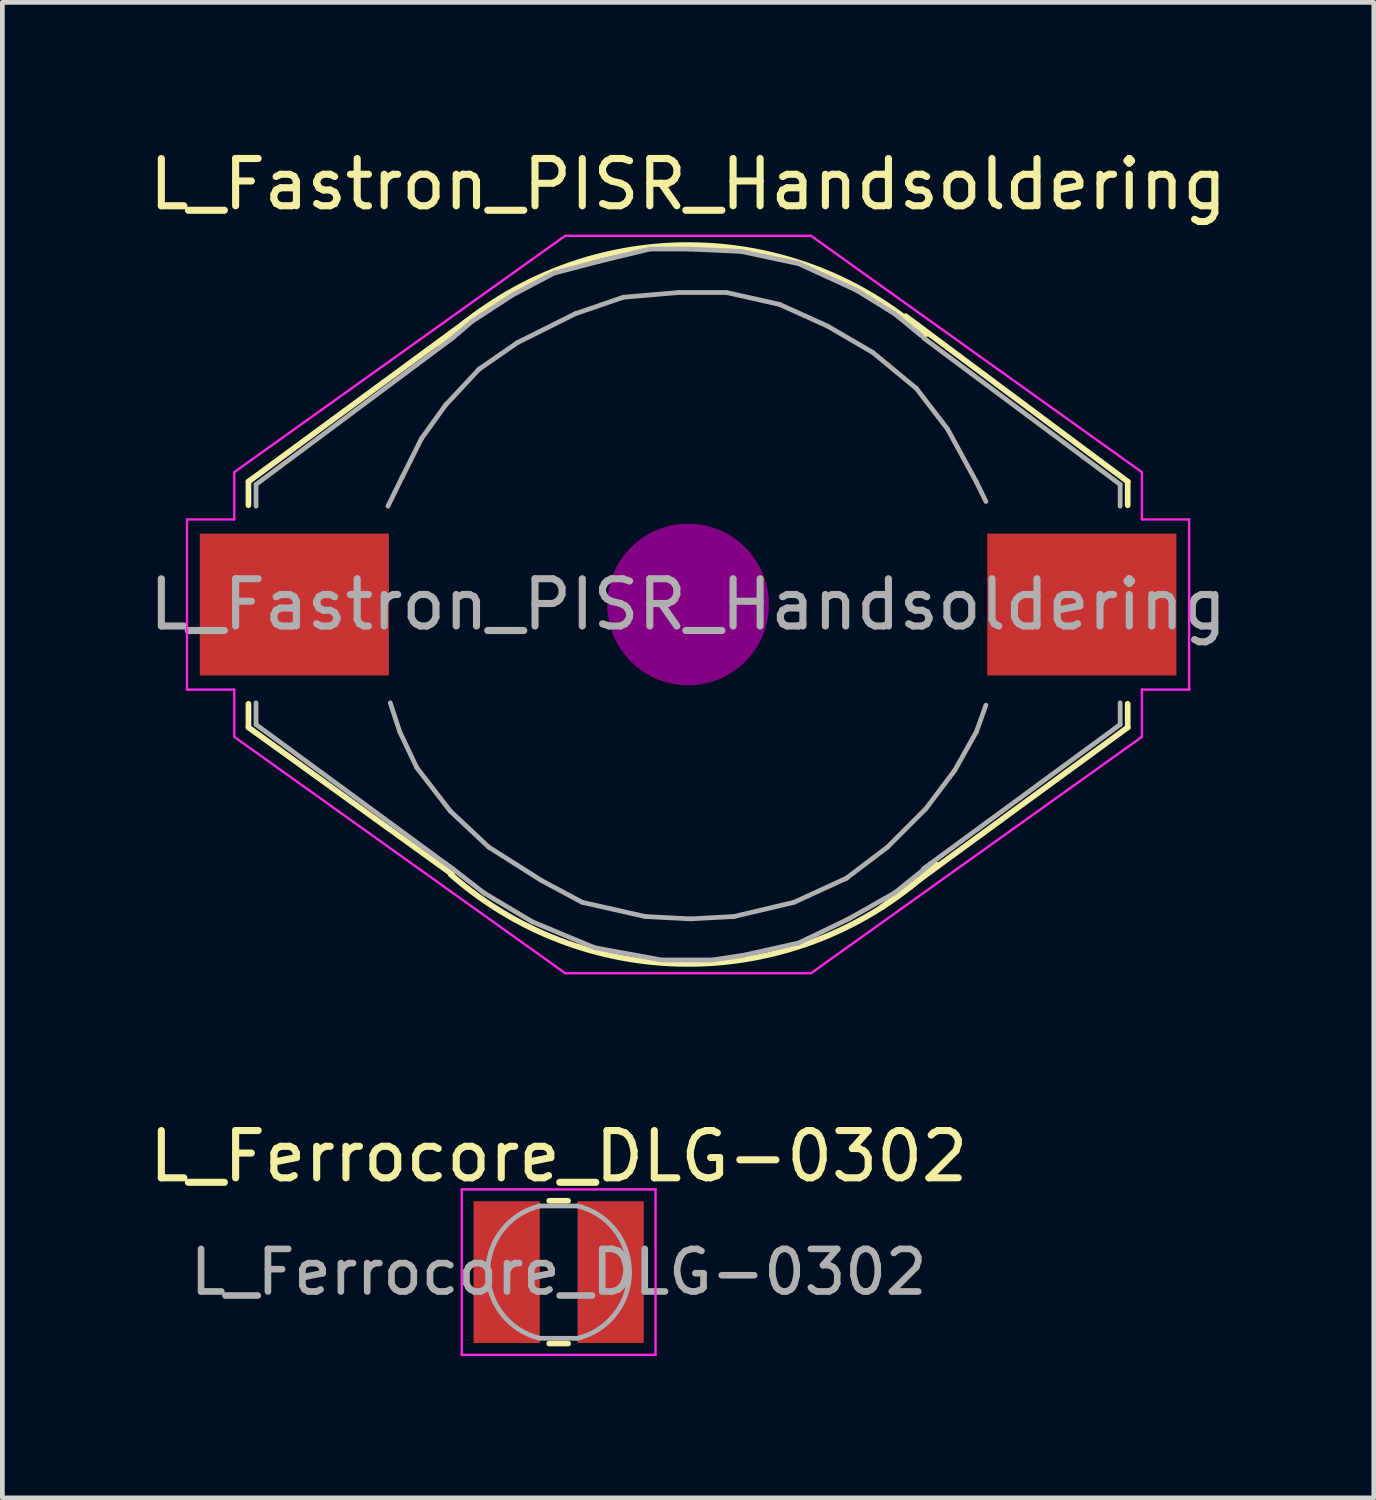
<source format=kicad_pcb>
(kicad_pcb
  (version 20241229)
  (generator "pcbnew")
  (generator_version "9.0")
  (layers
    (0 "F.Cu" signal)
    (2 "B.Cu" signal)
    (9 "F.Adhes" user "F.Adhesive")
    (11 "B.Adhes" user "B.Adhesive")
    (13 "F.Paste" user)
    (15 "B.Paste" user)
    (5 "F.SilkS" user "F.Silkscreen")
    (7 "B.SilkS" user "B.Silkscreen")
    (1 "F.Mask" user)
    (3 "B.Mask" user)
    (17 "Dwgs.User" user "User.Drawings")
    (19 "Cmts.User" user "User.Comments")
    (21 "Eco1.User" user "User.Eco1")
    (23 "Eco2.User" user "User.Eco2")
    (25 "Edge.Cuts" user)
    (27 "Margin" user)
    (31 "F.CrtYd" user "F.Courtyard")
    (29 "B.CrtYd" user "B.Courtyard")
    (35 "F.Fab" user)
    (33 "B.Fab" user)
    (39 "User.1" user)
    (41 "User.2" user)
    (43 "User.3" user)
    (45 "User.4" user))
  (footprint "L_Ferrocore_DLG-0302"
    (layer "F.Cu")
    (at 8.768 23.861)
    (property "Reference" "L_Ferrocore_DLG-0302" (at 0 -2.45 0) (layer "F.SilkS") (effects (font (size 1 1) (thickness 0.15))))
    (attr smd)
    (fp_line (start -0.2 -1.51) (end 0.2 -1.51) (stroke (width 0.12) (type solid)) (layer "F.SilkS"))
    (fp_line (start -0.2 1.51) (end 0.2 1.51) (stroke (width 0.12) (type solid)) (layer "F.SilkS"))
    (fp_line (start -2.05 -1.75) (end -2.05 1.75) (stroke (width 0.05) (type solid)) (layer "F.CrtYd"))
    (fp_line (start -2.05 1.75) (end 2.05 1.75) (stroke (width 0.05) (type solid)) (layer "F.CrtYd"))
    (fp_line (start 2.05 -1.75) (end -2.05 -1.75) (stroke (width 0.05) (type solid)) (layer "F.CrtYd"))
    (fp_line (start 2.05 1.75) (end 2.05 -1.75) (stroke (width 0.05) (type solid)) (layer "F.CrtYd"))
    (fp_line (start -0.4 -1.4) (end 0.4 -1.4) (stroke (width 0.1) (type solid)) (layer "F.Fab"))
    (fp_line (start -0.4 1.4) (end 0.4 1.4) (stroke (width 0.1) (type solid)) (layer "F.Fab"))
    (fp_arc (start -0.4 1.4) (mid -1.5 0) (end -0.4 -1.4) (stroke (width 0.1) (type solid)) (layer "F.Fab"))
    (fp_arc (start 0.4 -1.4) (mid 1.5 0) (end 0.4 1.4) (stroke (width 0.1) (type solid)) (layer "F.Fab"))
    (fp_text user "${REFERENCE}" (at 0 0 0) (layer "F.Fab") (effects (font (size 0.9 0.9) (thickness 0.14))))
    (pad "1" smd rect (at -1.1 0) (size 1.4 3) (layers "F.Cu" "F.Mask" "F.Paste"))
    (pad "2" smd rect (at 1.1 0) (size 1.4 3) (layers "F.Cu" "F.Mask" "F.Paste")))
  (footprint "L_Fastron_PISR_Handsoldering"
    (layer "F.Cu")
    (at 11.506 9.738)
    (property "Reference" "L_Fastron_PISR_Handsoldering" (at 0 -8.89 0) (layer "F.SilkS") (effects (font (size 1 1) (thickness 0.15))))
    (attr smd)
    (fp_line (start -9.3 -2.6) (end -9.3 -2.1) (stroke (width 0.12) (type solid)) (layer "F.SilkS"))
    (fp_line (start -9.3 -2.6) (end -4.4 -6.2) (stroke (width 0.12) (type solid)) (layer "F.SilkS"))
    (fp_line (start -9.3 2.6) (end -9.3 2.1) (stroke (width 0.12) (type solid)) (layer "F.SilkS"))
    (fp_line (start -5 5.7) (end -9.3 2.6) (stroke (width 0.12) (type solid)) (layer "F.SilkS"))
    (fp_line (start 4.1 6.4) (end 9.3 2.6) (stroke (width 0.12) (type solid)) (layer "F.SilkS"))
    (fp_line (start 4.6 -6.1) (end 9.3 -2.6) (stroke (width 0.12) (type solid)) (layer "F.SilkS"))
    (fp_line (start 9.3 -2.6) (end 9.3 -2.1) (stroke (width 0.12) (type solid)) (layer "F.SilkS"))
    (fp_line (start 9.3 2.6) (end 9.3 2.1) (stroke (width 0.12) (type solid)) (layer "F.SilkS"))
    (fp_arc (start -5.25 -5.5) (mid -0.15496 -7.601874) (end 5.021503 -5.709379) (stroke (width 0.12) (type solid)) (layer "F.SilkS"))
    (fp_arc (start 5.25 5.5) (mid 0.15496 7.601874) (end -5.021503 5.709379) (stroke (width 0.12) (type solid)) (layer "F.SilkS"))
    (fp_line (start 0 -0.25) (end 0 0.25) (stroke (width 0.38) (type solid)) (layer "F.Adhes"))
    (fp_circle (center 0 0) (end 0 0.25) (stroke (width 0.38) (type solid)) (fill no) (layer "F.Adhes"))
    (fp_circle (center 0 0) (end 0 0.51) (stroke (width 0.38) (type solid)) (fill no) (layer "F.Adhes"))
    (fp_circle (center 0 0) (end 0 0.76) (stroke (width 0.38) (type solid)) (fill no) (layer "F.Adhes"))
    (fp_circle (center 0 0) (end 0 1.02) (stroke (width 0.38) (type solid)) (fill no) (layer "F.Adhes"))
    (fp_circle (center 0 0) (end 0 1.27) (stroke (width 0.38) (type solid)) (fill no) (layer "F.Adhes"))
    (fp_circle (center 0 0) (end 0 1.52) (stroke (width 0.38) (type solid)) (fill no) (layer "F.Adhes"))
    (fp_line (start -10.6 -1.8) (end -9.6 -1.8) (stroke (width 0.05) (type solid)) (layer "F.CrtYd"))
    (fp_line (start -10.6 1.8) (end -10.6 -1.8) (stroke (width 0.05) (type solid)) (layer "F.CrtYd"))
    (fp_line (start -9.6 -2.8) (end -2.6 -7.8) (stroke (width 0.05) (type solid)) (layer "F.CrtYd"))
    (fp_line (start -9.6 -1.8) (end -9.6 -2.8) (stroke (width 0.05) (type solid)) (layer "F.CrtYd"))
    (fp_line (start -9.6 1.8) (end -10.6 1.8) (stroke (width 0.05) (type solid)) (layer "F.CrtYd"))
    (fp_line (start -9.6 2.8) (end -9.6 1.8) (stroke (width 0.05) (type solid)) (layer "F.CrtYd"))
    (fp_line (start -2.6 -7.8) (end 2.6 -7.8) (stroke (width 0.05) (type solid)) (layer "F.CrtYd"))
    (fp_line (start -2.6 7.8) (end -9.6 2.8) (stroke (width 0.05) (type solid)) (layer "F.CrtYd"))
    (fp_line (start 2.6 -7.8) (end 9.6 -2.8) (stroke (width 0.05) (type solid)) (layer "F.CrtYd"))
    (fp_line (start 2.6 7.8) (end -2.6 7.8) (stroke (width 0.05) (type solid)) (layer "F.CrtYd"))
    (fp_line (start 9.6 -2.8) (end 9.6 -1.8) (stroke (width 0.05) (type solid)) (layer "F.CrtYd"))
    (fp_line (start 9.6 -1.8) (end 10.6 -1.8) (stroke (width 0.05) (type solid)) (layer "F.CrtYd"))
    (fp_line (start 9.6 1.8) (end 9.6 2.8) (stroke (width 0.05) (type solid)) (layer "F.CrtYd"))
    (fp_line (start 9.6 2.8) (end 2.6 7.8) (stroke (width 0.05) (type solid)) (layer "F.CrtYd"))
    (fp_line (start 10.6 -1.8) (end 10.6 1.8) (stroke (width 0.05) (type solid)) (layer "F.CrtYd"))
    (fp_line (start 10.6 1.8) (end 9.6 1.8) (stroke (width 0.05) (type solid)) (layer "F.CrtYd"))
    (fp_line (start -9.14 -2.54) (end -4.98 -5.64) (stroke (width 0.1) (type solid)) (layer "F.Fab"))
    (fp_line (start -9.14 -2.08) (end -9.14 -2.54) (stroke (width 0.1) (type solid)) (layer "F.Fab"))
    (fp_line (start -9.14 2.08) (end -9.14 2.54) (stroke (width 0.1) (type solid)) (layer "F.Fab"))
    (fp_line (start -9.14 2.54) (end -4.98 5.59) (stroke (width 0.1) (type solid)) (layer "F.Fab"))
    (fp_line (start -6.35 -2.08) (end -6.05 -2.69) (stroke (width 0.1) (type solid)) (layer "F.Fab"))
    (fp_line (start -6.3 2.08) (end -6.1 2.69) (stroke (width 0.1) (type solid)) (layer "F.Fab"))
    (fp_line (start -6.1 2.69) (end -5.74 3.45) (stroke (width 0.1) (type solid)) (layer "F.Fab"))
    (fp_line (start -6.05 -2.69) (end -5.64 -3.51) (stroke (width 0.1) (type solid)) (layer "F.Fab"))
    (fp_line (start -5.74 3.45) (end -5.03 4.37) (stroke (width 0.1) (type solid)) (layer "F.Fab"))
    (fp_line (start -5.64 -3.51) (end -5.13 -4.22) (stroke (width 0.1) (type solid)) (layer "F.Fab"))
    (fp_line (start -5.13 -4.22) (end -4.42 -4.98) (stroke (width 0.1) (type solid)) (layer "F.Fab"))
    (fp_line (start -5.03 4.37) (end -4.22 5.13) (stroke (width 0.1) (type solid)) (layer "F.Fab"))
    (fp_line (start -4.98 -5.64) (end -4.57 -5.99) (stroke (width 0.1) (type solid)) (layer "F.Fab"))
    (fp_line (start -4.98 5.59) (end -4.32 6.1) (stroke (width 0.1) (type solid)) (layer "F.Fab"))
    (fp_line (start -4.57 -5.99) (end -3.71 -6.55) (stroke (width 0.1) (type solid)) (layer "F.Fab"))
    (fp_line (start -4.42 -4.98) (end -3.61 -5.54) (stroke (width 0.1) (type solid)) (layer "F.Fab"))
    (fp_line (start -4.32 6.1) (end -3.3 6.71) (stroke (width 0.1) (type solid)) (layer "F.Fab"))
    (fp_line (start -4.22 5.13) (end -3.1 5.84) (stroke (width 0.1) (type solid)) (layer "F.Fab"))
    (fp_line (start -3.71 -6.55) (end -2.84 -7.01) (stroke (width 0.1) (type solid)) (layer "F.Fab"))
    (fp_line (start -3.61 -5.54) (end -2.39 -6.15) (stroke (width 0.1) (type solid)) (layer "F.Fab"))
    (fp_line (start -3.3 6.71) (end -1.98 7.26) (stroke (width 0.1) (type solid)) (layer "F.Fab"))
    (fp_line (start -3.1 5.84) (end -2.24 6.3) (stroke (width 0.1) (type solid)) (layer "F.Fab"))
    (fp_line (start -2.84 -7.01) (end -1.88 -7.26) (stroke (width 0.1) (type solid)) (layer "F.Fab"))
    (fp_line (start -2.39 -6.15) (end -1.37 -6.5) (stroke (width 0.1) (type solid)) (layer "F.Fab"))
    (fp_line (start -2.24 6.3) (end -0.91 6.6) (stroke (width 0.1) (type solid)) (layer "F.Fab"))
    (fp_line (start -1.98 7.26) (end -0.56 7.52) (stroke (width 0.1) (type solid)) (layer "F.Fab"))
    (fp_line (start -1.88 -7.26) (end -0.81 -7.52) (stroke (width 0.1) (type solid)) (layer "F.Fab"))
    (fp_line (start -1.37 -6.5) (end -0.2 -6.6) (stroke (width 0.1) (type solid)) (layer "F.Fab"))
    (fp_line (start -0.91 6.6) (end 0.05 6.65) (stroke (width 0.1) (type solid)) (layer "F.Fab"))
    (fp_line (start -0.81 -7.52) (end 0 -7.52) (stroke (width 0.1) (type solid)) (layer "F.Fab"))
    (fp_line (start -0.56 7.52) (end 0.51 7.52) (stroke (width 0.1) (type solid)) (layer "F.Fab"))
    (fp_line (start -0.2 -6.6) (end 0.81 -6.6) (stroke (width 0.1) (type solid)) (layer "F.Fab"))
    (fp_line (start 0 -7.52) (end 1.12 -7.47) (stroke (width 0.1) (type solid)) (layer "F.Fab"))
    (fp_line (start 0.05 6.65) (end 0.97 6.6) (stroke (width 0.1) (type solid)) (layer "F.Fab"))
    (fp_line (start 0.51 7.52) (end 1.17 7.42) (stroke (width 0.1) (type solid)) (layer "F.Fab"))
    (fp_line (start 0.81 -6.6) (end 1.93 -6.35) (stroke (width 0.1) (type solid)) (layer "F.Fab"))
    (fp_line (start 0.97 6.6) (end 2.24 6.3) (stroke (width 0.1) (type solid)) (layer "F.Fab"))
    (fp_line (start 1.12 -7.47) (end 2.34 -7.21) (stroke (width 0.1) (type solid)) (layer "F.Fab"))
    (fp_line (start 1.17 7.42) (end 2.34 7.16) (stroke (width 0.1) (type solid)) (layer "F.Fab"))
    (fp_line (start 1.93 -6.35) (end 2.95 -5.89) (stroke (width 0.1) (type solid)) (layer "F.Fab"))
    (fp_line (start 2.24 6.3) (end 3.35 5.79) (stroke (width 0.1) (type solid)) (layer "F.Fab"))
    (fp_line (start 2.34 -7.21) (end 3.56 -6.65) (stroke (width 0.1) (type solid)) (layer "F.Fab"))
    (fp_line (start 2.34 7.16) (end 3.4 6.65) (stroke (width 0.1) (type solid)) (layer "F.Fab"))
    (fp_line (start 2.95 -5.89) (end 3.91 -5.33) (stroke (width 0.1) (type solid)) (layer "F.Fab"))
    (fp_line (start 3.35 5.79) (end 4.22 5.13) (stroke (width 0.1) (type solid)) (layer "F.Fab"))
    (fp_line (start 3.4 6.65) (end 4.37 6.1) (stroke (width 0.1) (type solid)) (layer "F.Fab"))
    (fp_line (start 3.56 -6.65) (end 4.37 -6.15) (stroke (width 0.1) (type solid)) (layer "F.Fab"))
    (fp_line (start 3.91 -5.33) (end 4.83 -4.57) (stroke (width 0.1) (type solid)) (layer "F.Fab"))
    (fp_line (start 4.22 5.13) (end 5.03 4.32) (stroke (width 0.1) (type solid)) (layer "F.Fab"))
    (fp_line (start 4.37 -6.15) (end 4.93 -5.69) (stroke (width 0.1) (type solid)) (layer "F.Fab"))
    (fp_line (start 4.37 6.1) (end 5.13 5.49) (stroke (width 0.1) (type solid)) (layer "F.Fab"))
    (fp_line (start 4.83 -4.57) (end 5.49 -3.71) (stroke (width 0.1) (type solid)) (layer "F.Fab"))
    (fp_line (start 5.03 4.32) (end 5.64 3.51) (stroke (width 0.1) (type solid)) (layer "F.Fab"))
    (fp_line (start 5.49 -3.71) (end 6.1 -2.59) (stroke (width 0.1) (type solid)) (layer "F.Fab"))
    (fp_line (start 5.64 3.51) (end 6.1 2.69) (stroke (width 0.1) (type solid)) (layer "F.Fab"))
    (fp_line (start 6.1 -2.59) (end 6.3 -2.18) (stroke (width 0.1) (type solid)) (layer "F.Fab"))
    (fp_line (start 6.1 2.69) (end 6.3 2.13) (stroke (width 0.1) (type solid)) (layer "F.Fab"))
    (fp_line (start 9.14 -2.54) (end 4.98 -5.64) (stroke (width 0.1) (type solid)) (layer "F.Fab"))
    (fp_line (start 9.14 -2.08) (end 9.14 -2.54) (stroke (width 0.1) (type solid)) (layer "F.Fab"))
    (fp_line (start 9.14 2.08) (end 9.14 2.54) (stroke (width 0.1) (type solid)) (layer "F.Fab"))
    (fp_line (start 9.14 2.54) (end 4.98 5.59) (stroke (width 0.1) (type solid)) (layer "F.Fab"))
    (fp_text user "${REFERENCE}" (at 0 0 0) (layer "F.Fab") (effects (font (size 1 1) (thickness 0.15))))
    (pad "1" smd rect (at 8.33 0) (size 4 3) (layers "F.Cu" "F.Mask" "F.Paste"))
    (pad "2" smd rect (at -8.33 0) (size 4 3) (layers "F.Cu" "F.Mask" "F.Paste")))
  (gr_rect
    (start -3 -3)
    (end 26.012 28.637)
    (stroke (width 0.1) (type default))
    (fill no)
    (layer "Edge.Cuts")))
</source>
